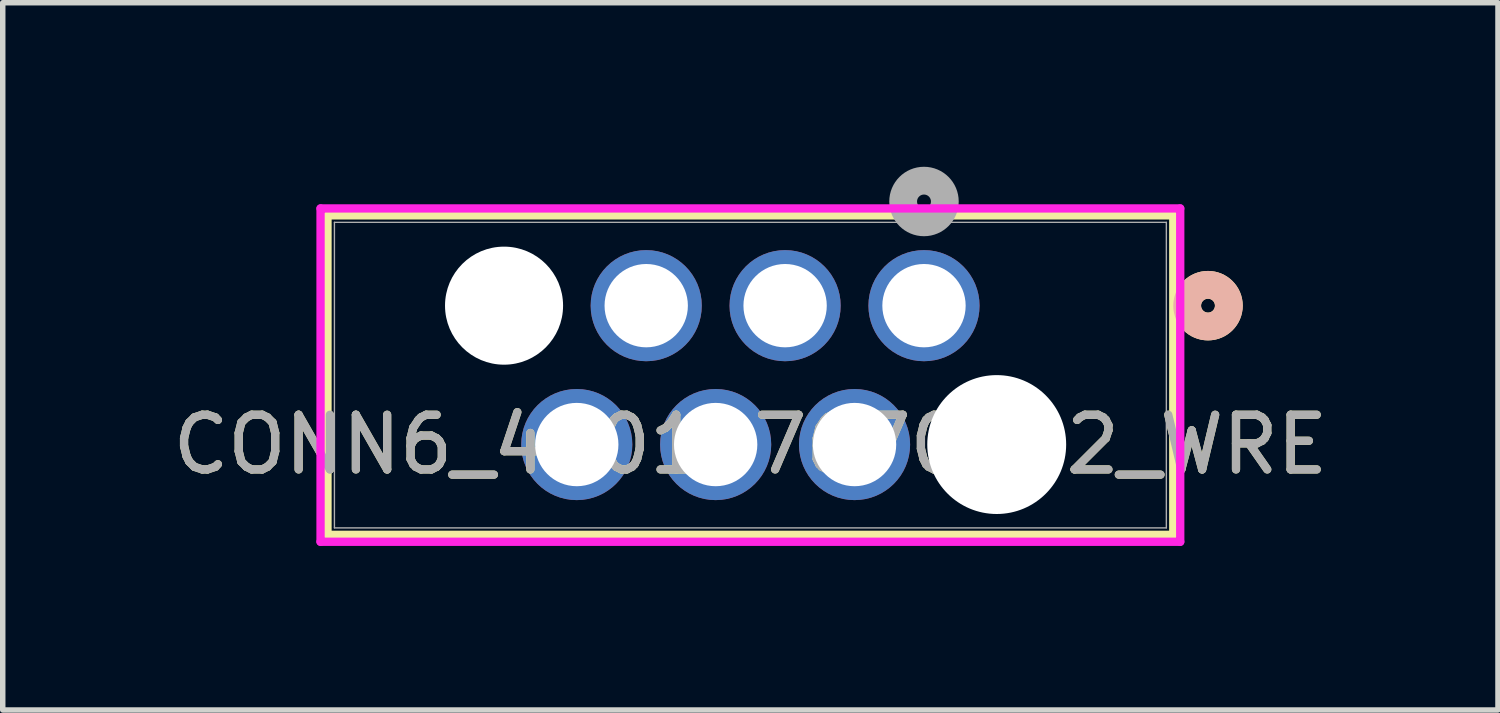
<source format=kicad_pcb>
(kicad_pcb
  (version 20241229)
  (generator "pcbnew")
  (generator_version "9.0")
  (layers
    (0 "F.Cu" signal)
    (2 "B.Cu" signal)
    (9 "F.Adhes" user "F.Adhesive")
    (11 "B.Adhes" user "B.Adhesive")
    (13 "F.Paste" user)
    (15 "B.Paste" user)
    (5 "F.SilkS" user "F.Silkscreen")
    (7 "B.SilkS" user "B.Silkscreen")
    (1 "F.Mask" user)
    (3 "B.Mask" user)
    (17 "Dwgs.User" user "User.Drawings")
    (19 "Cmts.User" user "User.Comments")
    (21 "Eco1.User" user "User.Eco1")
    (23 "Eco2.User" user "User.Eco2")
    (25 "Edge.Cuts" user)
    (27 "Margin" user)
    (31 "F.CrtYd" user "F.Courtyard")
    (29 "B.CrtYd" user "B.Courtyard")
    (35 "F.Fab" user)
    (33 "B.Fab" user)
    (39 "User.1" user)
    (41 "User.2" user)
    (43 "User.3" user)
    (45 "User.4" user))
  (footprint "CONN6_490107670612_WRE"
    (layer "F.Cu")
    (at 13.848 2.54)
    (property "Reference" "CONN6_490107670612_WRE" (at -3.175 2.54 0) (unlocked yes) (layer "F.SilkS") (effects (font (size 1 1) (thickness 0.15))))
    (attr through_hole)
    (fp_line (start -10.909 -1.651) (end -10.909 4.191) (stroke (width 0.152) (type solid)) (layer "F.SilkS"))
    (fp_line (start -10.909 4.191) (end 4.559 4.191) (stroke (width 0.152) (type solid)) (layer "F.SilkS"))
    (fp_line (start 4.559 -1.651) (end -10.909 -1.651) (stroke (width 0.152) (type solid)) (layer "F.SilkS"))
    (fp_line (start 4.559 4.191) (end 4.559 -1.651) (stroke (width 0.152) (type solid)) (layer "F.SilkS"))
    (fp_circle (center 5.194 0) (end 5.575 0) (stroke (width 0.508) (type solid)) (fill no) (layer "F.SilkS"))
    (fp_circle (center 5.194 0) (end 5.575 0) (stroke (width 0.508) (type solid)) (fill no) (layer "B.SilkS"))
    (fp_line (start -11.036 -1.778) (end -11.036 4.318) (stroke (width 0.152) (type solid)) (layer "F.CrtYd"))
    (fp_line (start -11.036 4.318) (end 4.686 4.318) (stroke (width 0.152) (type solid)) (layer "F.CrtYd"))
    (fp_line (start 4.686 -1.778) (end -11.036 -1.778) (stroke (width 0.152) (type solid)) (layer "F.CrtYd"))
    (fp_line (start 4.686 4.318) (end 4.686 -1.778) (stroke (width 0.152) (type solid)) (layer "F.CrtYd"))
    (fp_line (start -10.782 -1.524) (end -10.782 4.064) (stroke (width 0.025) (type solid)) (layer "F.Fab"))
    (fp_line (start -10.782 4.064) (end 4.432 4.064) (stroke (width 0.025) (type solid)) (layer "F.Fab"))
    (fp_line (start 4.432 -1.524) (end -10.782 -1.524) (stroke (width 0.025) (type solid)) (layer "F.Fab"))
    (fp_line (start 4.432 4.064) (end 4.432 -1.524) (stroke (width 0.025) (type solid)) (layer "F.Fab"))
    (fp_circle (center 0 -1.905) (end 0.381 -1.905) (stroke (width 0.508) (type solid)) (fill no) (layer "F.Fab"))
    (fp_text user "${REFERENCE}" (at -3.175 2.54 0) (unlocked yes) (layer "F.Fab") (effects (font (size 1 1) (thickness 0.15))))
    (pad "" np_thru_hole circle (at -7.68 0) (size 2.159 2.159) (drill 2.159) (layers "*.Cu" "*.Mask"))
    (pad "" np_thru_hole circle (at 1.33 2.54) (size 2.54 2.54) (drill 2.54) (layers "*.Cu" "*.Mask"))
    (pad "1" thru_hole circle (at 0 0) (size 2.032 2.032) (drill 1.524) (layers "*.Cu" "*.Mask"))
    (pad "2" thru_hole circle (at -1.27 2.54) (size 2.032 2.032) (drill 1.524) (layers "*.Cu" "*.Mask"))
    (pad "3" thru_hole circle (at -2.54 0) (size 2.032 2.032) (drill 1.524) (layers "*.Cu" "*.Mask"))
    (pad "4" thru_hole circle (at -3.81 2.54) (size 2.032 2.032) (drill 1.524) (layers "*.Cu" "*.Mask"))
    (pad "5" thru_hole circle (at -5.08 0) (size 2.032 2.032) (drill 1.524) (layers "*.Cu" "*.Mask"))
    (pad "6" thru_hole circle (at -6.35 2.54) (size 2.032 2.032) (drill 1.524) (layers "*.Cu" "*.Mask")))
  (gr_rect
    (start -3 -3)
    (end 24.345 9.934)
    (stroke (width 0.1) (type default))
    (fill no)
    (layer "Edge.Cuts")))
</source>
